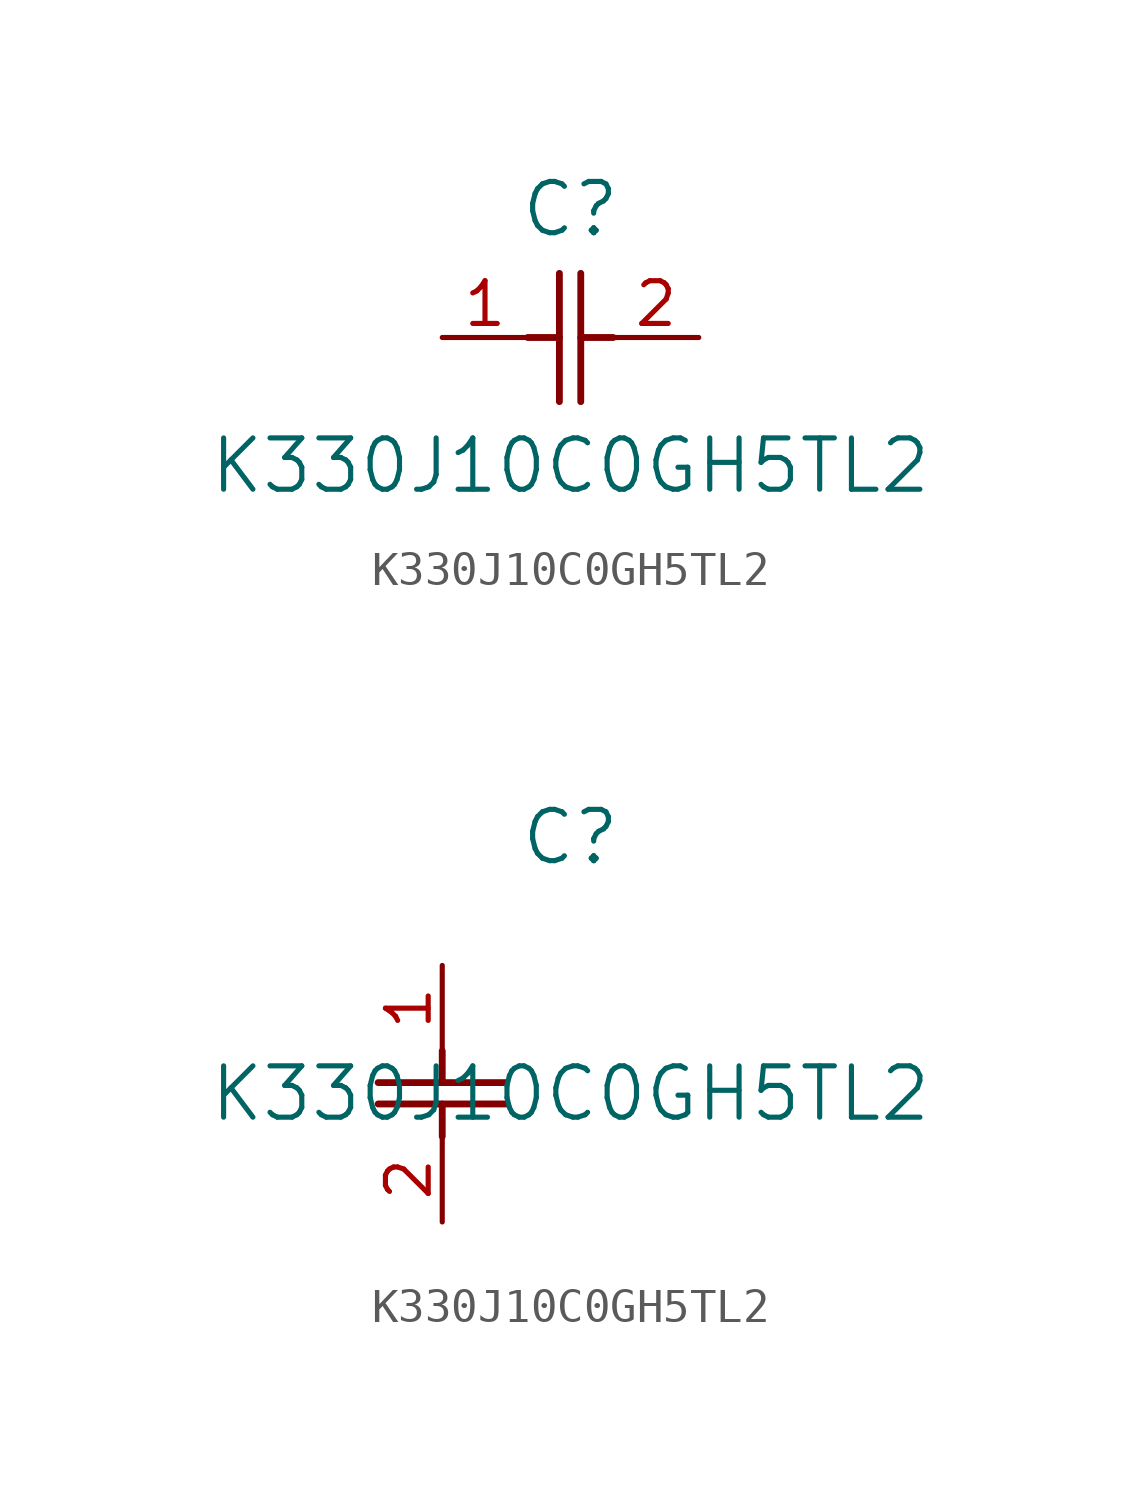
<source format=kicad_sym>
(kicad_symbol_lib
  (version 20211014)
  (generator kicad_symbol_editor)
  (symbol "K330J10C0GH5TL2"
    (pin_names
      (offset 0.254))
    (property "Reference" "C"
      (at 3.81 3.81 0)
      (effects (font (size 1.524 1.524))))
    (property "Value" "K330J10C0GH5TL2"
      (at 3.81 -3.81 0)
      (effects (font (size 1.524 1.524))))
    (symbol "K330J10C0GH5TL2_1_1"
      (polyline (pts (xy 3.48 -1.905) (xy 3.48 1.905)) (stroke (width 0.203) (type default) (color 0 0 0 0)) (fill (type none)))
      (polyline (pts (xy 4.115 -1.905) (xy 4.115 1.905)) (stroke (width 0.203) (type default) (color 0 0 0 0)) (fill (type none)))
      (polyline (pts (xy 4.115 0) (xy 5.08 0)) (stroke (width 0.203) (type default) (color 0 0 0 0)) (fill (type none)))
      (polyline (pts (xy 2.54 0) (xy 3.48 0)) (stroke (width 0.203) (type default) (color 0 0 0 0)) (fill (type none)))
      (pin unspecified line (at 0 0 0) (length 2.54) (name "" (effects (font (size 1.27 1.27)))) (number "1" (effects (font (size 1.27 1.27)))))
      (pin unspecified line (at 7.62 0 180) (length 2.54) (name "" (effects (font (size 1.27 1.27)))) (number "2" (effects (font (size 1.27 1.27))))))
    (symbol "K330J10C0GH5TL2_1_2"
      (polyline (pts (xy -1.905 -3.48) (xy 1.905 -3.48)) (stroke (width 0.203) (type default) (color 0 0 0 0)) (fill (type none)))
      (polyline (pts (xy -1.905 -4.115) (xy 1.905 -4.115)) (stroke (width 0.203) (type default) (color 0 0 0 0)) (fill (type none)))
      (polyline (pts (xy 0 -4.115) (xy 0 -5.08)) (stroke (width 0.203) (type default) (color 0 0 0 0)) (fill (type none)))
      (polyline (pts (xy 0 -2.54) (xy 0 -3.48)) (stroke (width 0.203) (type default) (color 0 0 0 0)) (fill (type none)))
      (pin unspecified line (at 0 0 270) (length 2.54) (name "" (effects (font (size 1.27 1.27)))) (number "1" (effects (font (size 1.27 1.27)))))
      (pin unspecified line (at 0 -7.62 90) (length 2.54) (name "" (effects (font (size 1.27 1.27)))) (number "2" (effects (font (size 1.27 1.27))))))))
</source>
